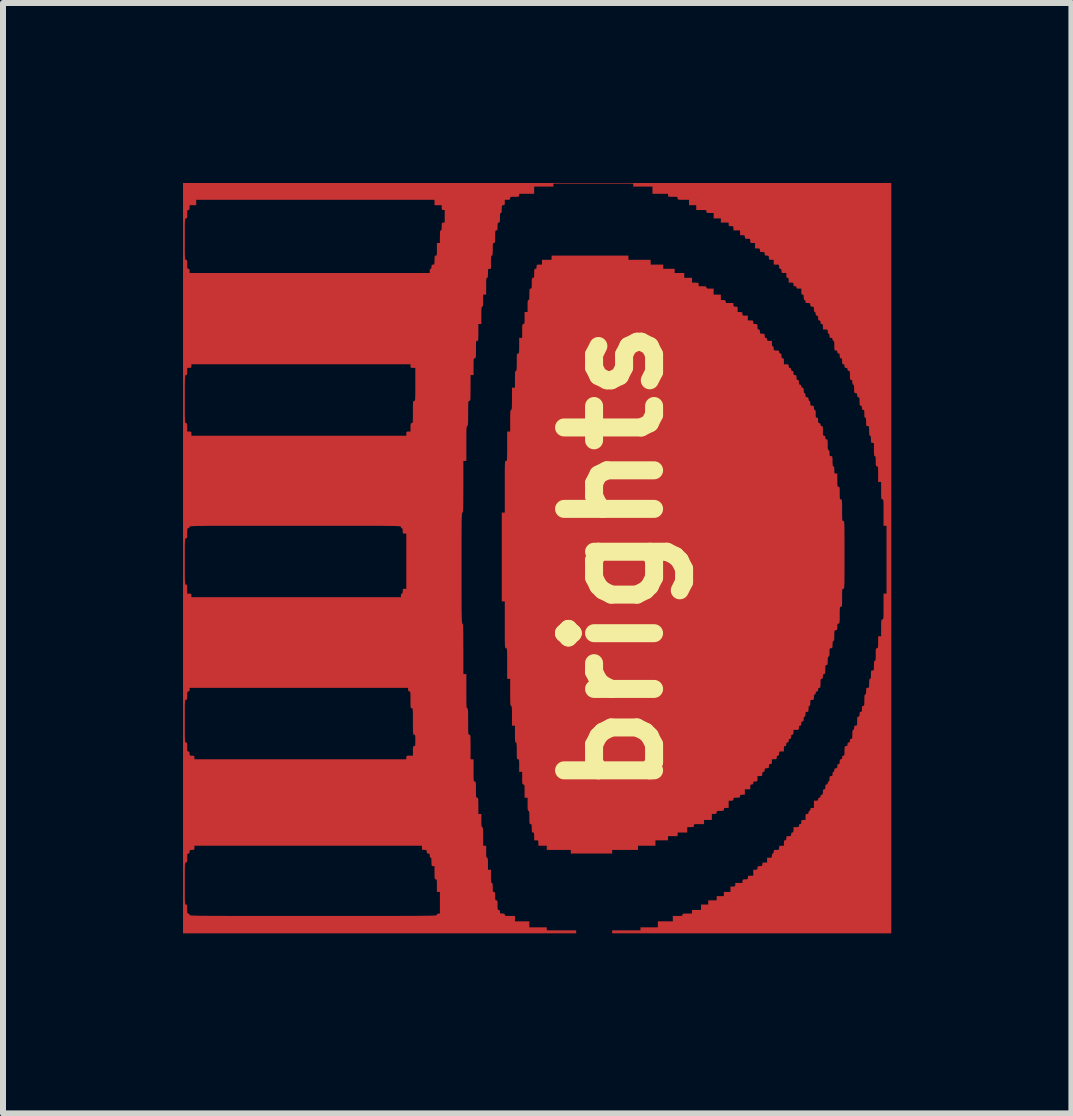
<source format=kicad_pcb>
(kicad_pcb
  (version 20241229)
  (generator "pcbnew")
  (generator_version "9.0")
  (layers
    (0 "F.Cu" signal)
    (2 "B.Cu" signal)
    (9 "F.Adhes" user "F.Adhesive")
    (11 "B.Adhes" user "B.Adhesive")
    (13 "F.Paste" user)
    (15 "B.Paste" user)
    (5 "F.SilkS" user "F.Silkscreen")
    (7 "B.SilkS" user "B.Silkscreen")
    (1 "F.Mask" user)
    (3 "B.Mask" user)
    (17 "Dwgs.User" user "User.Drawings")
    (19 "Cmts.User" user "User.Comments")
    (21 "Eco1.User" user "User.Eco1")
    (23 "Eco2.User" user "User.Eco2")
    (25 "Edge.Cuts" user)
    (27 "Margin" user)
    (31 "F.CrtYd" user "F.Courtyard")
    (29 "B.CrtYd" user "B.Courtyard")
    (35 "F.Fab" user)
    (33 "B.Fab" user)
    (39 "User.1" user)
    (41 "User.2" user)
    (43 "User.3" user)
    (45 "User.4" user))
  (footprint "brights"
    (layer "F.Cu")
    (at 5.902 6.252)
    (property "Reference" "brights" (at 1.27 0 90) (layer "F.SilkS") (effects (font (size 1.5 1.5) (thickness 0.3))))
    (attr board_only exclude_from_pos_files exclude_from_bom)
    (fp_poly (pts (xy 1.521 -5.007) (xy 1.521 -4.972) (xy 1.706 -4.972) (xy 1.891 -4.972) (xy 1.891 -4.932) (xy 1.891 -4.892) (xy 1.996 -4.892) (xy 2.101 -4.892) (xy 2.101 -4.857) (xy 2.101 -4.822) (xy 2.196 -4.822) (xy 2.291 -4.822) (xy 2.291 -4.787) (xy 2.291 -4.752) (xy 2.371 -4.752) (xy 2.451 -4.752) (xy 2.451 -4.712) (xy 2.451 -4.672) (xy 2.516 -4.672) (xy 2.581 -4.672) (xy 2.581 -4.632) (xy 2.581 -4.592) (xy 2.636 -4.592) (xy 2.667 -4.591) (xy 2.684 -4.588) (xy 2.69 -4.579) (xy 2.691 -4.562) (xy 2.691 -4.562) (xy 2.691 -4.532) (xy 2.756 -4.532) (xy 2.791 -4.531) (xy 2.811 -4.528) (xy 2.819 -4.522) (xy 2.821 -4.512) (xy 2.823 -4.501) (xy 2.833 -4.495) (xy 2.855 -4.492) (xy 2.881 -4.492) (xy 2.941 -4.492) (xy 2.941 -4.442) (xy 2.941 -4.392) (xy 3.001 -4.392) (xy 3.061 -4.392) (xy 3.061 -4.347) (xy 3.061 -4.302) (xy 3.101 -4.302) (xy 3.127 -4.3) (xy 3.138 -4.294) (xy 3.141 -4.279) (xy 3.141 -4.277) (xy 3.142 -4.263) (xy 3.149 -4.256) (xy 3.165 -4.252) (xy 3.196 -4.252) (xy 3.206 -4.252) (xy 3.271 -4.252) (xy 3.271 -4.222) (xy 3.273 -4.201) (xy 3.283 -4.193) (xy 3.306 -4.192) (xy 3.328 -4.191) (xy 3.338 -4.184) (xy 3.341 -4.167) (xy 3.341 -4.147) (xy 3.341 -4.102) (xy 3.381 -4.102) (xy 3.407 -4.1) (xy 3.418 -4.094) (xy 3.421 -4.078) (xy 3.421 -4.072) (xy 3.423 -4.053) (xy 3.43 -4.044) (xy 3.449 -4.042) (xy 3.466 -4.042) (xy 3.511 -4.042) (xy 3.511 -4.002) (xy 3.511 -3.962) (xy 3.556 -3.962) (xy 3.584 -3.961) (xy 3.597 -3.956) (xy 3.601 -3.943) (xy 3.601 -3.932) (xy 3.603 -3.911) (xy 3.613 -3.903) (xy 3.636 -3.902) (xy 3.658 -3.901) (xy 3.668 -3.894) (xy 3.671 -3.877) (xy 3.671 -3.857) (xy 3.673 -3.828) (xy 3.678 -3.815) (xy 3.69 -3.812) (xy 3.691 -3.812) (xy 3.705 -3.808) (xy 3.711 -3.792) (xy 3.711 -3.776) (xy 3.713 -3.754) (xy 3.72 -3.744) (xy 3.74 -3.742) (xy 3.751 -3.741) (xy 3.777 -3.74) (xy 3.788 -3.734) (xy 3.791 -3.717) (xy 3.791 -3.706) (xy 3.794 -3.682) (xy 3.802 -3.673) (xy 3.812 -3.671) (xy 3.827 -3.666) (xy 3.832 -3.646) (xy 3.834 -3.63) (xy 3.844 -3.623) (xy 3.868 -3.621) (xy 3.872 -3.621) (xy 3.912 -3.621) (xy 3.912 -3.576) (xy 3.914 -3.547) (xy 3.92 -3.533) (xy 3.927 -3.531) (xy 3.938 -3.524) (xy 3.942 -3.5) (xy 3.942 -3.496) (xy 3.943 -3.475) (xy 3.949 -3.465) (xy 3.967 -3.462) (xy 3.987 -3.461) (xy 4.014 -3.46) (xy 4.028 -3.455) (xy 4.031 -3.443) (xy 4.032 -3.436) (xy 4.036 -3.417) (xy 4.052 -3.411) (xy 4.065 -3.408) (xy 4.07 -3.394) (xy 4.072 -3.371) (xy 4.073 -3.345) (xy 4.08 -3.334) (xy 4.092 -3.331) (xy 4.104 -3.329) (xy 4.11 -3.317) (xy 4.112 -3.293) (xy 4.112 -3.281) (xy 4.112 -3.231) (xy 4.152 -3.231) (xy 4.177 -3.23) (xy 4.189 -3.224) (xy 4.192 -3.208) (xy 4.192 -3.201) (xy 4.195 -3.179) (xy 4.206 -3.172) (xy 4.212 -3.171) (xy 4.227 -3.165) (xy 4.232 -3.146) (xy 4.236 -3.127) (xy 4.252 -3.121) (xy 4.265 -3.117) (xy 4.271 -3.102) (xy 4.272 -3.086) (xy 4.274 -3.063) (xy 4.282 -3.053) (xy 4.297 -3.051) (xy 4.313 -3.049) (xy 4.32 -3.039) (xy 4.322 -3.015) (xy 4.322 -3.011) (xy 4.323 -2.985) (xy 4.33 -2.973) (xy 4.342 -2.971) (xy 4.355 -2.968) (xy 4.361 -2.954) (xy 4.362 -2.931) (xy 4.363 -2.905) (xy 4.37 -2.893) (xy 4.382 -2.891) (xy 4.397 -2.885) (xy 4.402 -2.866) (xy 4.406 -2.847) (xy 4.422 -2.841) (xy 4.434 -2.838) (xy 4.44 -2.826) (xy 4.442 -2.799) (xy 4.442 -2.796) (xy 4.444 -2.766) (xy 4.45 -2.753) (xy 4.457 -2.751) (xy 4.468 -2.743) (xy 4.472 -2.719) (xy 4.472 -2.716) (xy 4.474 -2.692) (xy 4.482 -2.683) (xy 4.497 -2.681) (xy 4.515 -2.678) (xy 4.521 -2.664) (xy 4.522 -2.651) (xy 4.526 -2.627) (xy 4.537 -2.621) (xy 4.547 -2.614) (xy 4.552 -2.593) (xy 4.552 -2.581) (xy 4.553 -2.555) (xy 4.559 -2.544) (xy 4.575 -2.541) (xy 4.582 -2.541) (xy 4.602 -2.539) (xy 4.61 -2.529) (xy 4.612 -2.506) (xy 4.615 -2.48) (xy 4.625 -2.471) (xy 4.627 -2.471) (xy 4.635 -2.467) (xy 4.64 -2.451) (xy 4.642 -2.421) (xy 4.642 -2.406) (xy 4.642 -2.371) (xy 4.645 -2.351) (xy 4.652 -2.343) (xy 4.662 -2.341) (xy 4.674 -2.338) (xy 4.68 -2.326) (xy 4.682 -2.299) (xy 4.682 -2.296) (xy 4.683 -2.268) (xy 4.689 -2.254) (xy 4.7 -2.251) (xy 4.702 -2.251) (xy 4.718 -2.245) (xy 4.722 -2.226) (xy 4.727 -2.206) (xy 4.742 -2.201) (xy 4.752 -2.199) (xy 4.758 -2.192) (xy 4.761 -2.174) (xy 4.762 -2.142) (xy 4.762 -2.121) (xy 4.762 -2.081) (xy 4.764 -2.057) (xy 4.769 -2.045) (xy 4.777 -2.041) (xy 4.782 -2.041) (xy 4.797 -2.036) (xy 4.802 -2.019) (xy 4.802 -2.011) (xy 4.805 -1.989) (xy 4.817 -1.981) (xy 4.822 -1.981) (xy 4.831 -1.979) (xy 4.837 -1.972) (xy 4.84 -1.956) (xy 4.842 -1.926) (xy 4.842 -1.891) (xy 4.842 -1.847) (xy 4.845 -1.819) (xy 4.849 -1.805) (xy 4.856 -1.801) (xy 4.857 -1.801) (xy 4.866 -1.795) (xy 4.871 -1.777) (xy 4.872 -1.751) (xy 4.873 -1.721) (xy 4.877 -1.706) (xy 4.887 -1.701) (xy 4.897 -1.701) (xy 4.909 -1.7) (xy 4.916 -1.695) (xy 4.92 -1.682) (xy 4.922 -1.656) (xy 4.922 -1.616) (xy 4.923 -1.573) (xy 4.925 -1.547) (xy 4.93 -1.534) (xy 4.937 -1.531) (xy 4.946 -1.526) (xy 4.95 -1.51) (xy 4.952 -1.478) (xy 4.952 -1.471) (xy 4.952 -1.437) (xy 4.955 -1.419) (xy 4.963 -1.412) (xy 4.976 -1.411) (xy 4.977 -1.411) (xy 5.002 -1.411) (xy 5.002 -1.301) (xy 5.002 -1.252) (xy 5.003 -1.221) (xy 5.006 -1.202) (xy 5.011 -1.193) (xy 5.018 -1.191) (xy 5.022 -1.19) (xy 5.031 -1.189) (xy 5.037 -1.183) (xy 5.04 -1.168) (xy 5.042 -1.141) (xy 5.042 -1.099) (xy 5.042 -1.085) (xy 5.042 -1.039) (xy 5.043 -1.008) (xy 5.046 -0.991) (xy 5.051 -0.983) (xy 5.059 -0.98) (xy 5.062 -0.98) (xy 5.069 -0.98) (xy 5.074 -0.975) (xy 5.078 -0.965) (xy 5.08 -0.945) (xy 5.081 -0.914) (xy 5.082 -0.868) (xy 5.082 -0.805) (xy 5.082 -0.8) (xy 5.082 -0.736) (xy 5.083 -0.69) (xy 5.084 -0.657) (xy 5.086 -0.637) (xy 5.089 -0.626) (xy 5.094 -0.621) (xy 5.101 -0.62) (xy 5.102 -0.62) (xy 5.106 -0.62) (xy 5.11 -0.618) (xy 5.113 -0.612) (xy 5.115 -0.602) (xy 5.117 -0.585) (xy 5.119 -0.561) (xy 5.12 -0.526) (xy 5.121 -0.481) (xy 5.121 -0.424) (xy 5.122 -0.352) (xy 5.122 -0.265) (xy 5.122 -0.16) (xy 5.122 -0.055) (xy 5.122 0.065) (xy 5.122 0.168) (xy 5.122 0.253) (xy 5.121 0.322) (xy 5.121 0.378) (xy 5.12 0.422) (xy 5.119 0.454) (xy 5.117 0.478) (xy 5.115 0.494) (xy 5.113 0.503) (xy 5.109 0.508) (xy 5.106 0.51) (xy 5.102 0.51) (xy 5.094 0.511) (xy 5.089 0.516) (xy 5.085 0.528) (xy 5.083 0.55) (xy 5.082 0.584) (xy 5.082 0.635) (xy 5.082 0.66) (xy 5.082 0.718) (xy 5.081 0.759) (xy 5.08 0.785) (xy 5.077 0.801) (xy 5.072 0.808) (xy 5.065 0.81) (xy 5.062 0.81) (xy 5.054 0.811) (xy 5.049 0.817) (xy 5.045 0.829) (xy 5.043 0.852) (xy 5.042 0.888) (xy 5.042 0.94) (xy 5.042 0.95) (xy 5.042 1.006) (xy 5.041 1.044) (xy 5.039 1.069) (xy 5.036 1.083) (xy 5.031 1.089) (xy 5.023 1.09) (xy 5.022 1.09) (xy 5.01 1.093) (xy 5.004 1.103) (xy 5.002 1.126) (xy 5.002 1.145) (xy 5.001 1.177) (xy 4.998 1.193) (xy 4.989 1.2) (xy 4.977 1.2) (xy 4.965 1.201) (xy 4.958 1.206) (xy 4.954 1.218) (xy 4.952 1.243) (xy 4.952 1.283) (xy 4.952 1.291) (xy 4.951 1.334) (xy 4.949 1.362) (xy 4.945 1.376) (xy 4.938 1.38) (xy 4.937 1.381) (xy 4.928 1.385) (xy 4.924 1.401) (xy 4.922 1.433) (xy 4.922 1.441) (xy 4.921 1.474) (xy 4.919 1.492) (xy 4.911 1.499) (xy 4.898 1.501) (xy 4.897 1.501) (xy 4.884 1.502) (xy 4.876 1.508) (xy 4.873 1.523) (xy 4.872 1.552) (xy 4.872 1.571) (xy 4.871 1.609) (xy 4.868 1.63) (xy 4.862 1.64) (xy 4.857 1.641) (xy 4.849 1.645) (xy 4.844 1.66) (xy 4.842 1.689) (xy 4.842 1.711) (xy 4.841 1.747) (xy 4.839 1.769) (xy 4.833 1.778) (xy 4.823 1.781) (xy 4.822 1.781) (xy 4.812 1.782) (xy 4.806 1.791) (xy 4.803 1.809) (xy 4.802 1.842) (xy 4.802 1.856) (xy 4.801 1.894) (xy 4.799 1.917) (xy 4.794 1.927) (xy 4.785 1.931) (xy 4.782 1.931) (xy 4.769 1.934) (xy 4.763 1.948) (xy 4.762 1.971) (xy 4.76 1.997) (xy 4.753 2.009) (xy 4.742 2.011) (xy 4.732 2.013) (xy 4.726 2.021) (xy 4.723 2.039) (xy 4.722 2.072) (xy 4.722 2.086) (xy 4.721 2.124) (xy 4.719 2.147) (xy 4.714 2.157) (xy 4.705 2.161) (xy 4.702 2.161) (xy 4.687 2.166) (xy 4.682 2.183) (xy 4.682 2.191) (xy 4.679 2.213) (xy 4.667 2.221) (xy 4.662 2.221) (xy 4.646 2.227) (xy 4.642 2.246) (xy 4.637 2.266) (xy 4.627 2.271) (xy 4.617 2.277) (xy 4.612 2.297) (xy 4.612 2.316) (xy 4.611 2.344) (xy 4.606 2.357) (xy 4.593 2.361) (xy 4.582 2.361) (xy 4.564 2.362) (xy 4.555 2.369) (xy 4.552 2.386) (xy 4.552 2.411) (xy 4.55 2.442) (xy 4.545 2.458) (xy 4.537 2.461) (xy 4.527 2.466) (xy 4.523 2.485) (xy 4.522 2.511) (xy 4.521 2.541) (xy 4.517 2.555) (xy 4.507 2.561) (xy 4.497 2.561) (xy 4.481 2.563) (xy 4.473 2.573) (xy 4.472 2.598) (xy 4.472 2.601) (xy 4.469 2.629) (xy 4.461 2.64) (xy 4.457 2.641) (xy 4.446 2.648) (xy 4.442 2.67) (xy 4.442 2.681) (xy 4.44 2.707) (xy 4.433 2.719) (xy 4.422 2.721) (xy 4.408 2.725) (xy 4.402 2.74) (xy 4.402 2.756) (xy 4.399 2.78) (xy 4.391 2.79) (xy 4.382 2.791) (xy 4.368 2.795) (xy 4.362 2.81) (xy 4.362 2.826) (xy 4.361 2.848) (xy 4.354 2.858) (xy 4.337 2.861) (xy 4.317 2.861) (xy 4.272 2.861) (xy 4.272 2.901) (xy 4.27 2.927) (xy 4.263 2.939) (xy 4.252 2.941) (xy 4.238 2.945) (xy 4.232 2.96) (xy 4.232 2.976) (xy 4.229 3) (xy 4.221 3.01) (xy 4.212 3.011) (xy 4.197 3.016) (xy 4.192 3.033) (xy 4.192 3.041) (xy 4.189 3.063) (xy 4.177 3.071) (xy 4.172 3.071) (xy 4.157 3.076) (xy 4.152 3.093) (xy 4.152 3.101) (xy 4.148 3.123) (xy 4.137 3.131) (xy 4.132 3.131) (xy 4.119 3.134) (xy 4.113 3.146) (xy 4.112 3.173) (xy 4.112 3.176) (xy 4.112 3.221) (xy 4.072 3.221) (xy 4.046 3.222) (xy 4.035 3.229) (xy 4.032 3.246) (xy 4.032 3.256) (xy 4.029 3.28) (xy 4.021 3.29) (xy 4.012 3.291) (xy 3.997 3.296) (xy 3.992 3.314) (xy 3.992 3.321) (xy 3.99 3.341) (xy 3.981 3.349) (xy 3.96 3.351) (xy 3.952 3.351) (xy 3.912 3.351) (xy 3.912 3.391) (xy 3.91 3.417) (xy 3.904 3.429) (xy 3.889 3.431) (xy 3.887 3.431) (xy 3.87 3.434) (xy 3.863 3.446) (xy 3.862 3.466) (xy 3.86 3.49) (xy 3.851 3.499) (xy 3.829 3.501) (xy 3.827 3.501) (xy 3.803 3.503) (xy 3.793 3.512) (xy 3.791 3.531) (xy 3.788 3.553) (xy 3.777 3.561) (xy 3.771 3.561) (xy 3.758 3.565) (xy 3.752 3.581) (xy 3.751 3.596) (xy 3.75 3.619) (xy 3.743 3.629) (xy 3.723 3.631) (xy 3.711 3.631) (xy 3.671 3.631) (xy 3.671 3.676) (xy 3.671 3.704) (xy 3.666 3.717) (xy 3.652 3.721) (xy 3.636 3.721) (xy 3.613 3.723) (xy 3.603 3.732) (xy 3.601 3.746) (xy 3.597 3.766) (xy 3.581 3.771) (xy 3.576 3.771) (xy 3.56 3.774) (xy 3.553 3.784) (xy 3.551 3.808) (xy 3.551 3.812) (xy 3.551 3.852) (xy 3.506 3.852) (xy 3.461 3.852) (xy 3.461 3.897) (xy 3.461 3.942) (xy 3.421 3.942) (xy 3.396 3.943) (xy 3.384 3.949) (xy 3.381 3.964) (xy 3.381 3.967) (xy 3.38 3.981) (xy 3.372 3.988) (xy 3.354 3.991) (xy 3.326 3.992) (xy 3.295 3.992) (xy 3.278 3.996) (xy 3.272 4.004) (xy 3.271 4.017) (xy 3.269 4.033) (xy 3.259 4.04) (xy 3.235 4.042) (xy 3.231 4.042) (xy 3.191 4.042) (xy 3.191 4.102) (xy 3.191 4.162) (xy 3.151 4.162) (xy 3.125 4.163) (xy 3.114 4.169) (xy 3.111 4.184) (xy 3.111 4.187) (xy 3.11 4.201) (xy 3.103 4.208) (xy 3.086 4.211) (xy 3.053 4.212) (xy 3.051 4.212) (xy 3.018 4.212) (xy 3 4.215) (xy 2.993 4.222) (xy 2.991 4.236) (xy 2.991 4.237) (xy 2.989 4.253) (xy 2.979 4.26) (xy 2.955 4.262) (xy 2.951 4.262) (xy 2.911 4.262) (xy 2.911 4.312) (xy 2.911 4.362) (xy 2.846 4.362) (xy 2.781 4.362) (xy 2.781 4.397) (xy 2.781 4.432) (xy 2.696 4.432) (xy 2.655 4.432) (xy 2.63 4.433) (xy 2.617 4.437) (xy 2.612 4.445) (xy 2.611 4.457) (xy 2.61 4.471) (xy 2.602 4.479) (xy 2.583 4.481) (xy 2.556 4.482) (xy 2.501 4.482) (xy 2.501 4.527) (xy 2.501 4.572) (xy 2.421 4.572) (xy 2.341 4.572) (xy 2.341 4.602) (xy 2.341 4.632) (xy 2.261 4.632) (xy 2.181 4.632) (xy 2.181 4.667) (xy 2.181 4.702) (xy 2.076 4.702) (xy 1.971 4.702) (xy 1.971 4.747) (xy 1.971 4.792) (xy 1.826 4.792) (xy 1.681 4.792) (xy 1.681 4.827) (xy 1.681 4.862) (xy 1.466 4.862) (xy 1.25 4.862) (xy 1.25 4.892) (xy 1.25 4.922) (xy 0.905 4.922) (xy 0.56 4.922) (xy 0.56 4.892) (xy 0.56 4.862) (xy 0.36 4.862) (xy 0.16 4.862) (xy 0.16 4.827) (xy 0.16 4.792) (xy 0.09 4.792) (xy 0.02 4.792) (xy 0.02 4.747) (xy 0.019 4.719) (xy 0.014 4.706) (xy 0.001 4.702) (xy -0.015 4.702) (xy -0.05 4.702) (xy -0.05 4.637) (xy -0.051 4.602) (xy -0.053 4.582) (xy -0.06 4.574) (xy -0.07 4.572) (xy -0.081 4.57) (xy -0.087 4.561) (xy -0.089 4.542) (xy -0.09 4.507) (xy -0.09 4.502) (xy -0.091 4.465) (xy -0.093 4.444) (xy -0.099 4.434) (xy -0.108 4.432) (xy -0.11 4.432) (xy -0.119 4.43) (xy -0.125 4.424) (xy -0.128 4.41) (xy -0.13 4.384) (xy -0.13 4.342) (xy -0.13 4.322) (xy -0.13 4.272) (xy -0.132 4.24) (xy -0.135 4.221) (xy -0.14 4.213) (xy -0.145 4.212) (xy -0.152 4.209) (xy -0.156 4.197) (xy -0.159 4.174) (xy -0.16 4.136) (xy -0.16 4.102) (xy -0.16 3.992) (xy -0.185 3.992) (xy -0.21 3.992) (xy -0.21 3.882) (xy -0.21 3.833) (xy -0.211 3.802) (xy -0.214 3.783) (xy -0.219 3.774) (xy -0.226 3.772) (xy -0.23 3.771) (xy -0.239 3.77) (xy -0.245 3.764) (xy -0.248 3.749) (xy -0.25 3.722) (xy -0.25 3.68) (xy -0.25 3.666) (xy -0.25 3.561) (xy -0.275 3.561) (xy -0.3 3.561) (xy -0.3 3.456) (xy -0.3 3.41) (xy -0.302 3.379) (xy -0.304 3.362) (xy -0.31 3.354) (xy -0.318 3.351) (xy -0.32 3.351) (xy -0.328 3.35) (xy -0.334 3.345) (xy -0.337 3.333) (xy -0.339 3.31) (xy -0.34 3.274) (xy -0.34 3.222) (xy -0.34 3.211) (xy -0.34 3.155) (xy -0.342 3.115) (xy -0.344 3.09) (xy -0.347 3.077) (xy -0.353 3.072) (xy -0.355 3.071) (xy -0.361 3.068) (xy -0.365 3.058) (xy -0.368 3.037) (xy -0.37 3.003) (xy -0.37 2.953) (xy -0.37 2.931) (xy -0.37 2.791) (xy -0.395 2.791) (xy -0.42 2.791) (xy -0.42 2.626) (xy -0.42 2.564) (xy -0.421 2.519) (xy -0.423 2.489) (xy -0.426 2.472) (xy -0.43 2.463) (xy -0.435 2.461) (xy -0.44 2.459) (xy -0.444 2.45) (xy -0.447 2.433) (xy -0.448 2.405) (xy -0.449 2.364) (xy -0.45 2.307) (xy -0.45 2.236) (xy -0.45 2.011) (xy -0.475 2.011) (xy -0.5 2.011) (xy -0.5 1.756) (xy -0.5 1.678) (xy -0.501 1.618) (xy -0.501 1.573) (xy -0.502 1.541) (xy -0.504 1.521) (xy -0.507 1.508) (xy -0.512 1.503) (xy -0.517 1.501) (xy -0.52 1.501) (xy -0.525 1.5) (xy -0.529 1.497) (xy -0.533 1.491) (xy -0.535 1.478) (xy -0.537 1.458) (xy -0.538 1.428) (xy -0.539 1.386) (xy -0.54 1.331) (xy -0.54 1.262) (xy -0.54 1.175) (xy -0.54 1.11) (xy -0.54 0.72) (xy -0.565 0.72) (xy -0.59 0.72) (xy -0.59 -0.02) (xy -0.59 -0.76) (xy -0.565 -0.76) (xy -0.54 -0.76) (xy -0.54 -1.19) (xy -0.54 -1.294) (xy -0.54 -1.38) (xy -0.54 -1.449) (xy -0.539 -1.504) (xy -0.538 -1.545) (xy -0.537 -1.576) (xy -0.535 -1.596) (xy -0.533 -1.61) (xy -0.53 -1.617) (xy -0.526 -1.62) (xy -0.521 -1.621) (xy -0.52 -1.621) (xy -0.514 -1.621) (xy -0.509 -1.625) (xy -0.506 -1.634) (xy -0.503 -1.65) (xy -0.502 -1.676) (xy -0.501 -1.715) (xy -0.5 -1.768) (xy -0.5 -1.838) (xy -0.5 -1.866) (xy -0.5 -2.111) (xy -0.475 -2.111) (xy -0.45 -2.111) (xy -0.45 -2.291) (xy -0.45 -2.356) (xy -0.449 -2.404) (xy -0.448 -2.436) (xy -0.445 -2.457) (xy -0.441 -2.467) (xy -0.436 -2.471) (xy -0.435 -2.471) (xy -0.43 -2.473) (xy -0.426 -2.483) (xy -0.423 -2.501) (xy -0.421 -2.531) (xy -0.421 -2.576) (xy -0.42 -2.637) (xy -0.42 -2.656) (xy -0.42 -2.841) (xy -0.395 -2.841) (xy -0.37 -2.841) (xy -0.37 -2.981) (xy -0.37 -3.038) (xy -0.369 -3.077) (xy -0.367 -3.102) (xy -0.363 -3.116) (xy -0.358 -3.121) (xy -0.355 -3.121) (xy -0.349 -3.124) (xy -0.345 -3.134) (xy -0.342 -3.155) (xy -0.341 -3.188) (xy -0.34 -3.237) (xy -0.34 -3.266) (xy -0.34 -3.323) (xy -0.339 -3.362) (xy -0.338 -3.388) (xy -0.335 -3.403) (xy -0.33 -3.409) (xy -0.323 -3.411) (xy -0.32 -3.411) (xy -0.312 -3.412) (xy -0.306 -3.418) (xy -0.303 -3.431) (xy -0.301 -3.454) (xy -0.3 -3.492) (xy -0.3 -3.541) (xy -0.3 -3.671) (xy -0.275 -3.671) (xy -0.25 -3.671) (xy -0.25 -3.786) (xy -0.25 -3.836) (xy -0.249 -3.869) (xy -0.246 -3.888) (xy -0.242 -3.898) (xy -0.235 -3.901) (xy -0.23 -3.902) (xy -0.221 -3.903) (xy -0.215 -3.909) (xy -0.212 -3.925) (xy -0.21 -3.952) (xy -0.21 -3.996) (xy -0.21 -4.002) (xy -0.21 -4.102) (xy -0.185 -4.102) (xy -0.16 -4.102) (xy -0.16 -4.202) (xy -0.16 -4.248) (xy -0.158 -4.278) (xy -0.154 -4.295) (xy -0.148 -4.301) (xy -0.145 -4.302) (xy -0.138 -4.305) (xy -0.133 -4.318) (xy -0.131 -4.342) (xy -0.13 -4.383) (xy -0.13 -4.397) (xy -0.13 -4.441) (xy -0.128 -4.469) (xy -0.125 -4.484) (xy -0.119 -4.491) (xy -0.11 -4.492) (xy -0.101 -4.493) (xy -0.095 -4.5) (xy -0.091 -4.517) (xy -0.09 -4.546) (xy -0.09 -4.582) (xy -0.09 -4.625) (xy -0.088 -4.651) (xy -0.084 -4.665) (xy -0.078 -4.671) (xy -0.07 -4.672) (xy -0.06 -4.674) (xy -0.054 -4.682) (xy -0.051 -4.7) (xy -0.05 -4.733) (xy -0.05 -4.747) (xy -0.05 -4.785) (xy -0.047 -4.808) (xy -0.042 -4.819) (xy -0.034 -4.822) (xy -0.03 -4.822) (xy -0.016 -4.826) (xy -0.011 -4.841) (xy -0.01 -4.857) (xy -0.009 -4.878) (xy -0.003 -4.889) (xy 0.015 -4.892) (xy 0.035 -4.892) (xy 0.08 -4.892) (xy 0.08 -4.932) (xy 0.08 -4.972) (xy 0.16 -4.972) (xy 0.24 -4.972) (xy 0.24 -5.007) (xy 0.24 -5.042) (xy 0.88 -5.042) (xy 1.521 -5.042)) (stroke (width 0) (type solid)) (fill yes) (layer "F.Cu"))
    (fp_poly (pts (xy 5.902 0) (xy 5.902 6.252) (xy 3.576 6.252) (xy 1.25 6.252) (xy 1.25 6.227) (xy 1.25 6.202) (xy 1.486 6.202) (xy 1.721 6.202) (xy 1.721 6.177) (xy 1.721 6.152) (xy 1.866 6.152) (xy 2.011 6.152) (xy 2.011 6.102) (xy 2.011 6.052) (xy 2.136 6.052) (xy 2.261 6.052) (xy 2.261 6.007) (xy 2.261 5.962) (xy 2.341 5.962) (xy 2.381 5.962) (xy 2.405 5.96) (xy 2.417 5.956) (xy 2.421 5.948) (xy 2.421 5.942) (xy 2.423 5.932) (xy 2.43 5.926) (xy 2.448 5.923) (xy 2.48 5.922) (xy 2.501 5.922) (xy 2.581 5.922) (xy 2.581 5.892) (xy 2.581 5.862) (xy 2.656 5.862) (xy 2.731 5.862) (xy 2.731 5.817) (xy 2.731 5.772) (xy 2.791 5.772) (xy 2.851 5.772) (xy 2.851 5.737) (xy 2.851 5.702) (xy 2.921 5.702) (xy 2.991 5.702) (xy 2.991 5.667) (xy 2.991 5.632) (xy 3.051 5.632) (xy 3.111 5.632) (xy 3.111 5.597) (xy 3.111 5.562) (xy 3.166 5.562) (xy 3.221 5.562) (xy 3.221 5.517) (xy 3.221 5.472) (xy 3.261 5.472) (xy 3.287 5.471) (xy 3.298 5.465) (xy 3.301 5.449) (xy 3.301 5.442) (xy 3.301 5.412) (xy 3.361 5.412) (xy 3.421 5.412) (xy 3.421 5.382) (xy 3.423 5.364) (xy 3.43 5.355) (xy 3.449 5.352) (xy 3.466 5.352) (xy 3.494 5.351) (xy 3.507 5.346) (xy 3.511 5.333) (xy 3.511 5.322) (xy 3.513 5.304) (xy 3.52 5.295) (xy 3.539 5.292) (xy 3.556 5.292) (xy 3.601 5.292) (xy 3.601 5.242) (xy 3.601 5.192) (xy 3.636 5.192) (xy 3.66 5.19) (xy 3.67 5.182) (xy 3.671 5.162) (xy 3.673 5.143) (xy 3.682 5.134) (xy 3.703 5.132) (xy 3.711 5.132) (xy 3.737 5.131) (xy 3.749 5.124) (xy 3.751 5.108) (xy 3.751 5.102) (xy 3.753 5.083) (xy 3.762 5.074) (xy 3.783 5.072) (xy 3.791 5.072) (xy 3.832 5.072) (xy 3.832 5.032) (xy 3.832 4.992) (xy 3.872 4.992) (xy 3.897 4.991) (xy 3.909 4.984) (xy 3.911 4.967) (xy 3.912 4.957) (xy 3.915 4.931) (xy 3.925 4.922) (xy 3.927 4.922) (xy 3.938 4.913) (xy 3.942 4.892) (xy 3.943 4.873) (xy 3.95 4.865) (xy 3.97 4.862) (xy 3.987 4.862) (xy 4.014 4.861) (xy 4.027 4.856) (xy 4.031 4.842) (xy 4.032 4.827) (xy 4.033 4.804) (xy 4.04 4.795) (xy 4.06 4.792) (xy 4.072 4.792) (xy 4.112 4.792) (xy 4.112 4.747) (xy 4.113 4.719) (xy 4.118 4.705) (xy 4.13 4.702) (xy 4.132 4.702) (xy 4.145 4.698) (xy 4.151 4.683) (xy 4.152 4.667) (xy 4.153 4.644) (xy 4.16 4.634) (xy 4.18 4.632) (xy 4.192 4.632) (xy 4.217 4.631) (xy 4.229 4.624) (xy 4.232 4.608) (xy 4.232 4.602) (xy 4.235 4.58) (xy 4.247 4.572) (xy 4.252 4.572) (xy 4.264 4.569) (xy 4.27 4.557) (xy 4.272 4.53) (xy 4.272 4.527) (xy 4.272 4.482) (xy 4.317 4.482) (xy 4.344 4.481) (xy 4.358 4.476) (xy 4.362 4.463) (xy 4.362 4.457) (xy 4.366 4.437) (xy 4.382 4.432) (xy 4.396 4.428) (xy 4.401 4.413) (xy 4.402 4.397) (xy 4.403 4.373) (xy 4.412 4.364) (xy 4.434 4.362) (xy 4.437 4.362) (xy 4.472 4.362) (xy 4.472 4.312) (xy 4.473 4.282) (xy 4.477 4.267) (xy 4.487 4.262) (xy 4.497 4.262) (xy 4.516 4.258) (xy 4.522 4.241) (xy 4.522 4.237) (xy 4.527 4.217) (xy 4.537 4.212) (xy 4.549 4.203) (xy 4.552 4.187) (xy 4.555 4.169) (xy 4.569 4.162) (xy 4.582 4.162) (xy 4.612 4.162) (xy 4.612 4.102) (xy 4.612 4.042) (xy 4.647 4.042) (xy 4.671 4.04) (xy 4.68 4.031) (xy 4.682 4.017) (xy 4.687 3.997) (xy 4.702 3.992) (xy 4.718 3.986) (xy 4.722 3.967) (xy 4.727 3.947) (xy 4.742 3.942) (xy 4.754 3.939) (xy 4.76 3.926) (xy 4.762 3.9) (xy 4.762 3.897) (xy 4.763 3.868) (xy 4.769 3.855) (xy 4.78 3.852) (xy 4.782 3.852) (xy 4.795 3.848) (xy 4.801 3.835) (xy 4.802 3.812) (xy 4.804 3.785) (xy 4.81 3.774) (xy 4.822 3.771) (xy 4.838 3.766) (xy 4.842 3.746) (xy 4.847 3.726) (xy 4.857 3.721) (xy 4.867 3.716) (xy 4.871 3.696) (xy 4.872 3.676) (xy 4.873 3.649) (xy 4.878 3.636) (xy 4.89 3.632) (xy 4.897 3.631) (xy 4.914 3.629) (xy 4.921 3.617) (xy 4.922 3.596) (xy 4.925 3.571) (xy 4.936 3.561) (xy 4.937 3.561) (xy 4.949 3.552) (xy 4.952 3.531) (xy 4.955 3.51) (xy 4.966 3.502) (xy 4.977 3.501) (xy 4.994 3.499) (xy 5.001 3.487) (xy 5.002 3.466) (xy 5.004 3.442) (xy 5.013 3.432) (xy 5.022 3.431) (xy 5.035 3.428) (xy 5.041 3.414) (xy 5.042 3.391) (xy 5.044 3.365) (xy 5.05 3.354) (xy 5.062 3.351) (xy 5.077 3.347) (xy 5.082 3.329) (xy 5.082 3.321) (xy 5.085 3.299) (xy 5.097 3.292) (xy 5.102 3.291) (xy 5.112 3.29) (xy 5.118 3.282) (xy 5.121 3.264) (xy 5.122 3.232) (xy 5.122 3.211) (xy 5.122 3.172) (xy 5.124 3.148) (xy 5.128 3.136) (xy 5.136 3.132) (xy 5.147 3.131) (xy 5.165 3.128) (xy 5.171 3.114) (xy 5.172 3.101) (xy 5.175 3.079) (xy 5.187 3.072) (xy 5.192 3.071) (xy 5.207 3.066) (xy 5.212 3.049) (xy 5.212 3.041) (xy 5.215 3.019) (xy 5.227 3.011) (xy 5.232 3.011) (xy 5.242 3.009) (xy 5.248 3.001) (xy 5.251 2.983) (xy 5.252 2.95) (xy 5.252 2.936) (xy 5.253 2.897) (xy 5.256 2.873) (xy 5.261 2.863) (xy 5.267 2.861) (xy 5.278 2.854) (xy 5.282 2.829) (xy 5.282 2.826) (xy 5.284 2.802) (xy 5.292 2.793) (xy 5.307 2.791) (xy 5.32 2.79) (xy 5.327 2.785) (xy 5.331 2.77) (xy 5.332 2.742) (xy 5.332 2.716) (xy 5.333 2.678) (xy 5.335 2.655) (xy 5.34 2.644) (xy 5.349 2.641) (xy 5.352 2.641) (xy 5.365 2.638) (xy 5.371 2.624) (xy 5.372 2.601) (xy 5.374 2.575) (xy 5.381 2.563) (xy 5.392 2.561) (xy 5.404 2.558) (xy 5.41 2.547) (xy 5.412 2.523) (xy 5.412 2.511) (xy 5.413 2.481) (xy 5.418 2.466) (xy 5.428 2.461) (xy 5.432 2.461) (xy 5.441 2.46) (xy 5.447 2.453) (xy 5.451 2.437) (xy 5.452 2.408) (xy 5.452 2.366) (xy 5.453 2.321) (xy 5.455 2.292) (xy 5.459 2.277) (xy 5.465 2.271) (xy 5.467 2.271) (xy 5.476 2.266) (xy 5.481 2.249) (xy 5.482 2.216) (xy 5.483 2.184) (xy 5.486 2.168) (xy 5.495 2.162) (xy 5.507 2.161) (xy 5.52 2.16) (xy 5.527 2.154) (xy 5.531 2.14) (xy 5.532 2.112) (xy 5.532 2.086) (xy 5.533 2.046) (xy 5.536 2.023) (xy 5.541 2.013) (xy 5.547 2.011) (xy 5.555 2.007) (xy 5.56 1.992) (xy 5.562 1.963) (xy 5.562 1.941) (xy 5.563 1.904) (xy 5.565 1.883) (xy 5.57 1.874) (xy 5.581 1.871) (xy 5.587 1.871) (xy 5.6 1.87) (xy 5.607 1.865) (xy 5.611 1.851) (xy 5.612 1.824) (xy 5.612 1.791) (xy 5.613 1.75) (xy 5.615 1.725) (xy 5.621 1.713) (xy 5.627 1.711) (xy 5.634 1.707) (xy 5.639 1.696) (xy 5.641 1.672) (xy 5.642 1.633) (xy 5.642 1.606) (xy 5.642 1.559) (xy 5.644 1.528) (xy 5.647 1.511) (xy 5.652 1.503) (xy 5.66 1.501) (xy 5.662 1.501) (xy 5.671 1.499) (xy 5.677 1.493) (xy 5.68 1.477) (xy 5.682 1.45) (xy 5.682 1.406) (xy 5.682 1.401) (xy 5.682 1.301) (xy 5.707 1.301) (xy 5.732 1.301) (xy 5.732 1.16) (xy 5.732 1.105) (xy 5.733 1.067) (xy 5.735 1.042) (xy 5.738 1.028) (xy 5.743 1.022) (xy 5.751 1.02) (xy 5.752 1.02) (xy 5.759 1.02) (xy 5.764 1.016) (xy 5.767 1.006) (xy 5.77 0.989) (xy 5.771 0.96) (xy 5.772 0.919) (xy 5.772 0.862) (xy 5.772 0.805) (xy 5.772 0.59) (xy 5.797 0.59) (xy 5.822 0.59) (xy 5.822 0.025) (xy 5.822 -0.54) (xy 5.797 -0.54) (xy 5.772 -0.54) (xy 5.772 -0.76) (xy 5.772 -0.832) (xy 5.772 -0.886) (xy 5.771 -0.925) (xy 5.769 -0.952) (xy 5.767 -0.968) (xy 5.763 -0.977) (xy 5.758 -0.98) (xy 5.752 -0.98) (xy 5.744 -0.981) (xy 5.739 -0.986) (xy 5.735 -0.999) (xy 5.733 -1.021) (xy 5.733 -1.056) (xy 5.732 -1.107) (xy 5.732 -1.125) (xy 5.732 -1.27) (xy 5.707 -1.27) (xy 5.682 -1.27) (xy 5.682 -1.401) (xy 5.682 -1.454) (xy 5.681 -1.49) (xy 5.679 -1.513) (xy 5.676 -1.525) (xy 5.67 -1.53) (xy 5.662 -1.531) (xy 5.653 -1.532) (xy 5.647 -1.54) (xy 5.643 -1.557) (xy 5.642 -1.587) (xy 5.642 -1.616) (xy 5.642 -1.658) (xy 5.639 -1.684) (xy 5.635 -1.697) (xy 5.627 -1.701) (xy 5.62 -1.704) (xy 5.616 -1.715) (xy 5.614 -1.738) (xy 5.612 -1.776) (xy 5.612 -1.811) (xy 5.612 -1.921) (xy 5.587 -1.921) (xy 5.573 -1.922) (xy 5.566 -1.929) (xy 5.563 -1.946) (xy 5.562 -1.979) (xy 5.562 -1.981) (xy 5.561 -2.016) (xy 5.557 -2.034) (xy 5.549 -2.041) (xy 5.547 -2.041) (xy 5.539 -2.045) (xy 5.535 -2.058) (xy 5.533 -2.085) (xy 5.532 -2.121) (xy 5.532 -2.161) (xy 5.53 -2.184) (xy 5.526 -2.196) (xy 5.518 -2.2) (xy 5.507 -2.201) (xy 5.494 -2.202) (xy 5.487 -2.208) (xy 5.483 -2.223) (xy 5.482 -2.252) (xy 5.482 -2.271) (xy 5.481 -2.309) (xy 5.478 -2.331) (xy 5.472 -2.34) (xy 5.467 -2.341) (xy 5.459 -2.345) (xy 5.454 -2.361) (xy 5.452 -2.391) (xy 5.452 -2.406) (xy 5.452 -2.441) (xy 5.449 -2.461) (xy 5.442 -2.469) (xy 5.432 -2.471) (xy 5.418 -2.475) (xy 5.413 -2.49) (xy 5.412 -2.506) (xy 5.41 -2.53) (xy 5.401 -2.54) (xy 5.392 -2.541) (xy 5.382 -2.543) (xy 5.376 -2.551) (xy 5.373 -2.571) (xy 5.372 -2.605) (xy 5.372 -2.611) (xy 5.372 -2.648) (xy 5.369 -2.669) (xy 5.364 -2.679) (xy 5.354 -2.681) (xy 5.352 -2.681) (xy 5.338 -2.685) (xy 5.333 -2.7) (xy 5.332 -2.716) (xy 5.33 -2.74) (xy 5.322 -2.749) (xy 5.307 -2.751) (xy 5.294 -2.752) (xy 5.287 -2.758) (xy 5.283 -2.773) (xy 5.282 -2.802) (xy 5.282 -2.821) (xy 5.281 -2.859) (xy 5.278 -2.881) (xy 5.272 -2.89) (xy 5.267 -2.891) (xy 5.257 -2.898) (xy 5.252 -2.92) (xy 5.252 -2.931) (xy 5.25 -2.957) (xy 5.244 -2.969) (xy 5.232 -2.971) (xy 5.222 -2.973) (xy 5.216 -2.981) (xy 5.213 -3) (xy 5.212 -3.033) (xy 5.212 -3.046) (xy 5.212 -3.085) (xy 5.209 -3.107) (xy 5.204 -3.118) (xy 5.196 -3.121) (xy 5.192 -3.121) (xy 5.176 -3.127) (xy 5.172 -3.146) (xy 5.168 -3.165) (xy 5.152 -3.171) (xy 5.147 -3.171) (xy 5.129 -3.174) (xy 5.123 -3.188) (xy 5.122 -3.201) (xy 5.119 -3.223) (xy 5.107 -3.231) (xy 5.102 -3.231) (xy 5.09 -3.234) (xy 5.084 -3.245) (xy 5.082 -3.27) (xy 5.082 -3.281) (xy 5.081 -3.311) (xy 5.076 -3.326) (xy 5.067 -3.331) (xy 5.062 -3.331) (xy 5.049 -3.335) (xy 5.043 -3.348) (xy 5.042 -3.371) (xy 5.04 -3.398) (xy 5.034 -3.409) (xy 5.022 -3.411) (xy 5.006 -3.417) (xy 5.002 -3.436) (xy 4.998 -3.455) (xy 4.982 -3.461) (xy 4.977 -3.461) (xy 4.965 -3.462) (xy 4.957 -3.467) (xy 4.953 -3.481) (xy 4.952 -3.508) (xy 4.952 -3.541) (xy 4.951 -3.582) (xy 4.949 -3.607) (xy 4.944 -3.619) (xy 4.937 -3.621) (xy 4.925 -3.63) (xy 4.922 -3.646) (xy 4.918 -3.665) (xy 4.902 -3.671) (xy 4.897 -3.671) (xy 4.88 -3.674) (xy 4.873 -3.686) (xy 4.872 -3.706) (xy 4.869 -3.732) (xy 4.858 -3.741) (xy 4.857 -3.741) (xy 4.846 -3.749) (xy 4.842 -3.773) (xy 4.842 -3.776) (xy 4.841 -3.799) (xy 4.833 -3.809) (xy 4.814 -3.811) (xy 4.802 -3.812) (xy 4.762 -3.812) (xy 4.762 -3.857) (xy 4.761 -3.885) (xy 4.755 -3.898) (xy 4.743 -3.902) (xy 4.742 -3.902) (xy 4.727 -3.906) (xy 4.722 -3.924) (xy 4.722 -3.932) (xy 4.719 -3.954) (xy 4.707 -3.961) (xy 4.702 -3.962) (xy 4.689 -3.965) (xy 4.683 -3.978) (xy 4.682 -4.002) (xy 4.68 -4.028) (xy 4.673 -4.039) (xy 4.662 -4.042) (xy 4.647 -4.046) (xy 4.642 -4.064) (xy 4.642 -4.072) (xy 4.637 -4.095) (xy 4.627 -4.102) (xy 4.617 -4.108) (xy 4.612 -4.128) (xy 4.612 -4.147) (xy 4.611 -4.174) (xy 4.606 -4.187) (xy 4.593 -4.191) (xy 4.582 -4.192) (xy 4.561 -4.194) (xy 4.553 -4.206) (xy 4.552 -4.222) (xy 4.55 -4.241) (xy 4.542 -4.249) (xy 4.52 -4.252) (xy 4.512 -4.252) (xy 4.486 -4.253) (xy 4.475 -4.259) (xy 4.472 -4.275) (xy 4.472 -4.277) (xy 4.467 -4.297) (xy 4.457 -4.302) (xy 4.447 -4.308) (xy 4.442 -4.328) (xy 4.442 -4.347) (xy 4.44 -4.375) (xy 4.435 -4.388) (xy 4.423 -4.392) (xy 4.422 -4.392) (xy 4.41 -4.394) (xy 4.404 -4.406) (xy 4.402 -4.43) (xy 4.402 -4.442) (xy 4.402 -4.492) (xy 4.362 -4.492) (xy 4.336 -4.493) (xy 4.324 -4.5) (xy 4.322 -4.512) (xy 4.316 -4.527) (xy 4.297 -4.532) (xy 4.279 -4.535) (xy 4.272 -4.549) (xy 4.272 -4.562) (xy 4.27 -4.581) (xy 4.262 -4.59) (xy 4.24 -4.592) (xy 4.232 -4.592) (xy 4.192 -4.592) (xy 4.192 -4.632) (xy 4.19 -4.658) (xy 4.183 -4.67) (xy 4.172 -4.672) (xy 4.159 -4.675) (xy 4.153 -4.689) (xy 4.152 -4.712) (xy 4.152 -4.752) (xy 4.112 -4.752) (xy 4.086 -4.753) (xy 4.075 -4.759) (xy 4.072 -4.777) (xy 4.072 -4.787) (xy 4.069 -4.811) (xy 4.061 -4.821) (xy 4.052 -4.822) (xy 4.038 -4.826) (xy 4.032 -4.841) (xy 4.032 -4.857) (xy 4.031 -4.878) (xy 4.024 -4.889) (xy 4.007 -4.892) (xy 3.987 -4.892) (xy 3.942 -4.892) (xy 3.942 -4.932) (xy 3.942 -4.972) (xy 3.902 -4.972) (xy 3.876 -4.973) (xy 3.865 -4.98) (xy 3.862 -4.997) (xy 3.862 -5.007) (xy 3.86 -5.03) (xy 3.851 -5.04) (xy 3.829 -5.042) (xy 3.827 -5.042) (xy 3.803 -5.044) (xy 3.793 -5.052) (xy 3.791 -5.072) (xy 3.79 -5.091) (xy 3.781 -5.1) (xy 3.76 -5.102) (xy 3.751 -5.102) (xy 3.726 -5.103) (xy 3.714 -5.11) (xy 3.712 -5.126) (xy 3.711 -5.132) (xy 3.71 -5.151) (xy 3.701 -5.16) (xy 3.68 -5.162) (xy 3.671 -5.162) (xy 3.631 -5.162) (xy 3.631 -5.207) (xy 3.631 -5.252) (xy 3.591 -5.252) (xy 3.566 -5.253) (xy 3.554 -5.26) (xy 3.551 -5.277) (xy 3.551 -5.287) (xy 3.55 -5.309) (xy 3.544 -5.319) (xy 3.526 -5.322) (xy 3.506 -5.322) (xy 3.479 -5.323) (xy 3.466 -5.328) (xy 3.462 -5.341) (xy 3.461 -5.352) (xy 3.46 -5.371) (xy 3.451 -5.38) (xy 3.43 -5.382) (xy 3.421 -5.382) (xy 3.381 -5.382) (xy 3.381 -5.422) (xy 3.381 -5.462) (xy 3.326 -5.462) (xy 3.271 -5.462) (xy 3.271 -5.497) (xy 3.27 -5.52) (xy 3.263 -5.53) (xy 3.243 -5.532) (xy 3.231 -5.532) (xy 3.206 -5.533) (xy 3.194 -5.54) (xy 3.191 -5.556) (xy 3.191 -5.562) (xy 3.191 -5.592) (xy 3.126 -5.592) (xy 3.061 -5.592) (xy 3.061 -5.627) (xy 3.061 -5.662) (xy 3.001 -5.662) (xy 2.941 -5.662) (xy 2.941 -5.707) (xy 2.941 -5.752) (xy 2.881 -5.752) (xy 2.848 -5.753) (xy 2.83 -5.756) (xy 2.823 -5.763) (xy 2.821 -5.776) (xy 2.821 -5.777) (xy 2.82 -5.789) (xy 2.815 -5.797) (xy 2.802 -5.801) (xy 2.777 -5.802) (xy 2.736 -5.802) (xy 2.651 -5.802) (xy 2.651 -5.842) (xy 2.651 -5.882) (xy 2.591 -5.882) (xy 2.531 -5.882) (xy 2.531 -5.927) (xy 2.531 -5.972) (xy 2.436 -5.972) (xy 2.392 -5.973) (xy 2.364 -5.974) (xy 2.349 -5.977) (xy 2.342 -5.983) (xy 2.341 -5.993) (xy 2.341 -5.997) (xy 2.34 -6.01) (xy 2.335 -6.017) (xy 2.321 -6.021) (xy 2.295 -6.022) (xy 2.261 -6.022) (xy 2.221 -6.023) (xy 2.197 -6.024) (xy 2.186 -6.029) (xy 2.181 -6.037) (xy 2.181 -6.047) (xy 2.181 -6.072) (xy 2.051 -6.072) (xy 1.921 -6.072) (xy 1.921 -6.132) (xy 1.921 -6.192) (xy 1.761 -6.192) (xy 1.601 -6.192) (xy 1.601 -6.217) (xy 1.601 -6.242) (xy 0.935 -6.242) (xy 0.27 -6.242) (xy 0.27 -6.217) (xy 0.27 -6.192) (xy 0.11 -6.192) (xy -0.05 -6.192) (xy -0.05 -6.132) (xy -0.05 -6.072) (xy -0.175 -6.072) (xy -0.3 -6.072) (xy -0.3 -6.047) (xy -0.301 -6.035) (xy -0.307 -6.027) (xy -0.321 -6.024) (xy -0.349 -6.022) (xy -0.375 -6.022) (xy -0.413 -6.022) (xy -0.436 -6.02) (xy -0.446 -6.015) (xy -0.45 -6.006) (xy -0.45 -5.997) (xy -0.452 -5.982) (xy -0.461 -5.975) (xy -0.483 -5.972) (xy -0.495 -5.972) (xy -0.54 -5.972) (xy -0.54 -5.927) (xy -0.541 -5.9) (xy -0.546 -5.886) (xy -0.558 -5.882) (xy -0.565 -5.882) (xy -0.579 -5.881) (xy -0.586 -5.875) (xy -0.589 -5.858) (xy -0.59 -5.828) (xy -0.59 -5.817) (xy -0.591 -5.781) (xy -0.595 -5.761) (xy -0.602 -5.753) (xy -0.605 -5.752) (xy -0.613 -5.748) (xy -0.618 -5.735) (xy -0.62 -5.708) (xy -0.62 -5.672) (xy -0.621 -5.632) (xy -0.623 -5.608) (xy -0.627 -5.597) (xy -0.635 -5.592) (xy -0.64 -5.592) (xy -0.651 -5.59) (xy -0.657 -5.581) (xy -0.66 -5.561) (xy -0.66 -5.527) (xy -0.661 -5.492) (xy -0.664 -5.472) (xy -0.67 -5.464) (xy -0.68 -5.462) (xy -0.689 -5.461) (xy -0.695 -5.455) (xy -0.698 -5.44) (xy -0.7 -5.413) (xy -0.7 -5.37) (xy -0.7 -5.357) (xy -0.701 -5.31) (xy -0.702 -5.28) (xy -0.705 -5.262) (xy -0.71 -5.254) (xy -0.718 -5.252) (xy -0.72 -5.252) (xy -0.729 -5.251) (xy -0.735 -5.244) (xy -0.738 -5.23) (xy -0.74 -5.203) (xy -0.74 -5.16) (xy -0.74 -5.147) (xy -0.741 -5.099) (xy -0.742 -5.068) (xy -0.746 -5.05) (xy -0.751 -5.043) (xy -0.755 -5.042) (xy -0.762 -5.039) (xy -0.766 -5.027) (xy -0.769 -5.004) (xy -0.77 -4.966) (xy -0.77 -4.932) (xy -0.77 -4.822) (xy -0.795 -4.822) (xy -0.808 -4.821) (xy -0.815 -4.815) (xy -0.819 -4.801) (xy -0.82 -4.773) (xy -0.82 -4.747) (xy -0.821 -4.707) (xy -0.824 -4.684) (xy -0.83 -4.674) (xy -0.835 -4.672) (xy -0.841 -4.669) (xy -0.846 -4.659) (xy -0.848 -4.638) (xy -0.85 -4.604) (xy -0.85 -4.554) (xy -0.85 -4.532) (xy -0.85 -4.392) (xy -0.875 -4.392) (xy -0.9 -4.392) (xy -0.9 -4.292) (xy -0.901 -4.245) (xy -0.903 -4.215) (xy -0.906 -4.199) (xy -0.912 -4.192) (xy -0.915 -4.192) (xy -0.921 -4.189) (xy -0.926 -4.179) (xy -0.928 -4.158) (xy -0.93 -4.125) (xy -0.93 -4.076) (xy -0.93 -4.047) (xy -0.93 -3.902) (xy -0.955 -3.902) (xy -0.98 -3.902) (xy -0.98 -3.761) (xy -0.981 -3.706) (xy -0.981 -3.668) (xy -0.983 -3.643) (xy -0.986 -3.629) (xy -0.991 -3.623) (xy -0.999 -3.621) (xy -1 -3.621) (xy -1.008 -3.62) (xy -1.014 -3.615) (xy -1.017 -3.603) (xy -1.019 -3.581) (xy -1.02 -3.546) (xy -1.02 -3.494) (xy -1.02 -3.476) (xy -1.021 -3.42) (xy -1.021 -3.38) (xy -1.023 -3.355) (xy -1.026 -3.34) (xy -1.031 -3.333) (xy -1.038 -3.331) (xy -1.04 -3.331) (xy -1.048 -3.33) (xy -1.054 -3.325) (xy -1.057 -3.313) (xy -1.059 -3.29) (xy -1.06 -3.254) (xy -1.06 -3.202) (xy -1.06 -3.191) (xy -1.06 -3.051) (xy -1.085 -3.051) (xy -1.11 -3.051) (xy -1.11 -2.836) (xy -1.111 -2.765) (xy -1.111 -2.712) (xy -1.112 -2.674) (xy -1.113 -2.648) (xy -1.116 -2.632) (xy -1.12 -2.624) (xy -1.125 -2.621) (xy -1.13 -2.621) (xy -1.137 -2.62) (xy -1.142 -2.616) (xy -1.146 -2.607) (xy -1.148 -2.589) (xy -1.149 -2.56) (xy -1.15 -2.518) (xy -1.15 -2.461) (xy -1.15 -2.411) (xy -1.151 -2.34) (xy -1.151 -2.287) (xy -1.153 -2.249) (xy -1.155 -2.223) (xy -1.158 -2.209) (xy -1.162 -2.202) (xy -1.165 -2.201) (xy -1.17 -2.199) (xy -1.173 -2.191) (xy -1.176 -2.175) (xy -1.178 -2.15) (xy -1.179 -2.112) (xy -1.18 -2.061) (xy -1.18 -1.994) (xy -1.18 -1.911) (xy -1.18 -1.621) (xy -1.205 -1.621) (xy -1.23 -1.621) (xy -1.23 -1.19) (xy -1.231 -1.085) (xy -1.231 -0.999) (xy -1.231 -0.928) (xy -1.232 -0.873) (xy -1.233 -0.831) (xy -1.235 -0.801) (xy -1.237 -0.78) (xy -1.239 -0.768) (xy -1.242 -0.762) (xy -1.245 -0.76) (xy -1.248 -0.759) (xy -1.25 -0.753) (xy -1.252 -0.741) (xy -1.254 -0.723) (xy -1.255 -0.697) (xy -1.257 -0.663) (xy -1.258 -0.618) (xy -1.259 -0.562) (xy -1.259 -0.494) (xy -1.26 -0.412) (xy -1.26 -0.315) (xy -1.26 -0.202) (xy -1.26 -0.073) (xy -1.26 0.075) (xy -1.26 0.165) (xy -1.26 0.323) (xy -1.26 0.463) (xy -1.26 0.585) (xy -1.26 0.69) (xy -1.259 0.78) (xy -1.259 0.856) (xy -1.258 0.918) (xy -1.257 0.969) (xy -1.256 1.009) (xy -1.255 1.04) (xy -1.253 1.062) (xy -1.251 1.077) (xy -1.249 1.086) (xy -1.247 1.09) (xy -1.245 1.09) (xy -1.242 1.092) (xy -1.239 1.1) (xy -1.236 1.113) (xy -1.234 1.136) (xy -1.233 1.169) (xy -1.232 1.213) (xy -1.231 1.272) (xy -1.231 1.346) (xy -1.231 1.436) (xy -1.23 1.511) (xy -1.23 1.931) (xy -1.205 1.931) (xy -1.18 1.931) (xy -1.18 2.216) (xy -1.18 2.3) (xy -1.18 2.366) (xy -1.179 2.416) (xy -1.178 2.452) (xy -1.176 2.477) (xy -1.173 2.492) (xy -1.17 2.499) (xy -1.165 2.501) (xy -1.16 2.503) (xy -1.157 2.512) (xy -1.154 2.529) (xy -1.152 2.557) (xy -1.151 2.599) (xy -1.151 2.656) (xy -1.15 2.721) (xy -1.15 2.793) (xy -1.15 2.847) (xy -1.149 2.886) (xy -1.148 2.912) (xy -1.145 2.929) (xy -1.141 2.937) (xy -1.136 2.941) (xy -1.13 2.941) (xy -1.124 2.942) (xy -1.119 2.946) (xy -1.115 2.956) (xy -1.113 2.974) (xy -1.111 3.003) (xy -1.111 3.045) (xy -1.11 3.104) (xy -1.11 3.146) (xy -1.11 3.351) (xy -1.085 3.351) (xy -1.06 3.351) (xy -1.06 3.536) (xy -1.06 3.601) (xy -1.06 3.649) (xy -1.059 3.682) (xy -1.057 3.703) (xy -1.053 3.715) (xy -1.048 3.72) (xy -1.042 3.721) (xy -1.04 3.721) (xy -1.032 3.723) (xy -1.027 3.728) (xy -1.023 3.74) (xy -1.021 3.764) (xy -1.021 3.8) (xy -1.02 3.854) (xy -1.02 3.857) (xy -1.02 3.911) (xy -1.019 3.948) (xy -1.018 3.972) (xy -1.014 3.985) (xy -1.009 3.99) (xy -1.001 3.992) (xy -1 3.992) (xy -0.992 3.993) (xy -0.987 3.998) (xy -0.983 4.011) (xy -0.981 4.034) (xy -0.981 4.07) (xy -0.98 4.124) (xy -0.98 4.127) (xy -0.98 4.262) (xy -0.955 4.262) (xy -0.93 4.262) (xy -0.93 4.372) (xy -0.93 4.421) (xy -0.928 4.453) (xy -0.925 4.472) (xy -0.92 4.48) (xy -0.915 4.482) (xy -0.91 4.484) (xy -0.905 4.494) (xy -0.903 4.514) (xy -0.901 4.547) (xy -0.9 4.595) (xy -0.9 4.637) (xy -0.9 4.792) (xy -0.875 4.792) (xy -0.85 4.792) (xy -0.85 4.892) (xy -0.85 4.939) (xy -0.848 4.969) (xy -0.844 4.985) (xy -0.838 4.991) (xy -0.835 4.992) (xy -0.828 4.995) (xy -0.824 5.007) (xy -0.821 5.032) (xy -0.82 5.071) (xy -0.82 5.092) (xy -0.82 5.192) (xy -0.795 5.192) (xy -0.77 5.192) (xy -0.77 5.302) (xy -0.77 5.351) (xy -0.768 5.384) (xy -0.765 5.403) (xy -0.76 5.411) (xy -0.755 5.412) (xy -0.747 5.416) (xy -0.743 5.43) (xy -0.741 5.458) (xy -0.74 5.487) (xy -0.74 5.526) (xy -0.738 5.548) (xy -0.733 5.559) (xy -0.724 5.562) (xy -0.72 5.562) (xy -0.71 5.564) (xy -0.704 5.573) (xy -0.701 5.592) (xy -0.7 5.627) (xy -0.7 5.632) (xy -0.7 5.669) (xy -0.697 5.69) (xy -0.692 5.7) (xy -0.682 5.702) (xy -0.68 5.702) (xy -0.67 5.704) (xy -0.664 5.712) (xy -0.661 5.729) (xy -0.66 5.761) (xy -0.66 5.782) (xy -0.66 5.822) (xy -0.658 5.846) (xy -0.653 5.858) (xy -0.646 5.862) (xy -0.64 5.862) (xy -0.626 5.867) (xy -0.62 5.885) (xy -0.62 5.892) (xy -0.619 5.912) (xy -0.61 5.92) (xy -0.589 5.922) (xy -0.58 5.922) (xy -0.554 5.924) (xy -0.542 5.931) (xy -0.54 5.942) (xy -0.539 5.952) (xy -0.531 5.958) (xy -0.514 5.961) (xy -0.484 5.962) (xy -0.455 5.962) (xy -0.37 5.962) (xy -0.37 6.007) (xy -0.37 6.052) (xy -0.25 6.052) (xy -0.13 6.052) (xy -0.13 6.102) (xy -0.13 6.152) (xy 0.015 6.152) (xy 0.16 6.152) (xy 0.16 6.177) (xy 0.16 6.202) (xy 0.405 6.202) (xy 0.65 6.202) (xy 0.65 6.227) (xy 0.65 6.252) (xy -2.626 6.252) (xy -5.902 6.252) (xy -5.902 5.417) (xy -5.872 5.417) (xy -5.872 5.422) (xy -5.872 5.515) (xy -5.872 5.59) (xy -5.872 5.648) (xy -5.871 5.693) (xy -5.87 5.725) (xy -5.868 5.747) (xy -5.865 5.761) (xy -5.862 5.769) (xy -5.858 5.772) (xy -5.853 5.772) (xy -5.852 5.772) (xy -5.842 5.774) (xy -5.836 5.782) (xy -5.833 5.801) (xy -5.832 5.834) (xy -5.832 5.847) (xy -5.832 5.886) (xy -5.83 5.908) (xy -5.825 5.919) (xy -5.816 5.922) (xy -5.812 5.922) (xy -5.796 5.929) (xy -5.792 5.942) (xy -5.792 5.945) (xy -5.791 5.947) (xy -5.788 5.949) (xy -5.783 5.951) (xy -5.775 5.952) (xy -5.762 5.954) (xy -5.745 5.955) (xy -5.722 5.956) (xy -5.692 5.957) (xy -5.655 5.958) (xy -5.61 5.959) (xy -5.556 5.96) (xy -5.492 5.96) (xy -5.418 5.961) (xy -5.332 5.961) (xy -5.235 5.961) (xy -5.124 5.962) (xy -4.999 5.962) (xy -4.86 5.962) (xy -4.706 5.962) (xy -4.536 5.962) (xy -4.348 5.962) (xy -4.143 5.962) (xy -3.919 5.962) (xy -3.731 5.962) (xy -3.493 5.962) (xy -3.273 5.962) (xy -3.072 5.962) (xy -2.888 5.962) (xy -2.721 5.962) (xy -2.57 5.962) (xy -2.435 5.962) (xy -2.313 5.962) (xy -2.206 5.961) (xy -2.111 5.961) (xy -2.028 5.961) (xy -1.956 5.96) (xy -1.894 5.959) (xy -1.842 5.959) (xy -1.799 5.958) (xy -1.764 5.957) (xy -1.736 5.956) (xy -1.714 5.955) (xy -1.698 5.953) (xy -1.686 5.952) (xy -1.678 5.95) (xy -1.674 5.948) (xy -1.672 5.946) (xy -1.671 5.944) (xy -1.671 5.942) (xy -1.665 5.927) (xy -1.646 5.922) (xy -1.621 5.922) (xy -1.621 5.742) (xy -1.621 5.562) (xy -1.646 5.562) (xy -1.671 5.562) (xy -1.671 5.457) (xy -1.671 5.41) (xy -1.672 5.38) (xy -1.675 5.362) (xy -1.68 5.354) (xy -1.688 5.352) (xy -1.691 5.352) (xy -1.699 5.351) (xy -1.705 5.345) (xy -1.709 5.33) (xy -1.71 5.304) (xy -1.711 5.263) (xy -1.711 5.242) (xy -1.711 5.132) (xy -1.736 5.132) (xy -1.749 5.131) (xy -1.756 5.125) (xy -1.76 5.11) (xy -1.761 5.081) (xy -1.761 5.062) (xy -1.762 5.024) (xy -1.765 5.002) (xy -1.771 4.993) (xy -1.776 4.992) (xy -1.787 4.984) (xy -1.791 4.96) (xy -1.791 4.957) (xy -1.793 4.933) (xy -1.801 4.924) (xy -1.816 4.922) (xy -1.834 4.919) (xy -1.84 4.905) (xy -1.841 4.892) (xy -1.842 4.873) (xy -1.851 4.864) (xy -1.872 4.862) (xy -1.881 4.862) (xy -1.906 4.861) (xy -1.918 4.854) (xy -1.921 4.837) (xy -1.921 4.827) (xy -1.921 4.792) (xy -3.817 4.792) (xy -5.712 4.792) (xy -5.712 4.827) (xy -5.713 4.849) (xy -5.721 4.859) (xy -5.74 4.862) (xy -5.752 4.862) (xy -5.778 4.863) (xy -5.789 4.87) (xy -5.792 4.885) (xy -5.792 4.892) (xy -5.795 4.914) (xy -5.807 4.922) (xy -5.812 4.922) (xy -5.823 4.924) (xy -5.829 4.932) (xy -5.831 4.95) (xy -5.832 4.983) (xy -5.832 4.997) (xy -5.833 5.035) (xy -5.835 5.058) (xy -5.84 5.069) (xy -5.849 5.072) (xy -5.852 5.072) (xy -5.858 5.073) (xy -5.862 5.075) (xy -5.865 5.083) (xy -5.868 5.096) (xy -5.87 5.118) (xy -5.871 5.149) (xy -5.872 5.193) (xy -5.872 5.251) (xy -5.872 5.325) (xy -5.872 5.417) (xy -5.902 5.417) (xy -5.902 2.716) (xy -5.872 2.716) (xy -5.872 2.81) (xy -5.872 2.885) (xy -5.872 2.945) (xy -5.871 2.99) (xy -5.87 3.023) (xy -5.868 3.045) (xy -5.866 3.059) (xy -5.862 3.067) (xy -5.858 3.071) (xy -5.853 3.071) (xy -5.852 3.071) (xy -5.842 3.073) (xy -5.836 3.081) (xy -5.833 3.1) (xy -5.832 3.133) (xy -5.832 3.146) (xy -5.832 3.185) (xy -5.83 3.207) (xy -5.825 3.218) (xy -5.816 3.221) (xy -5.812 3.221) (xy -5.798 3.225) (xy -5.793 3.24) (xy -5.792 3.256) (xy -5.791 3.279) (xy -5.784 3.289) (xy -5.764 3.291) (xy -5.752 3.291) (xy -5.727 3.292) (xy -5.715 3.299) (xy -5.712 3.315) (xy -5.712 3.321) (xy -5.712 3.351) (xy -3.947 3.351) (xy -2.181 3.351) (xy -2.181 3.321) (xy -2.18 3.304) (xy -2.174 3.295) (xy -2.158 3.292) (xy -2.127 3.291) (xy -2.126 3.291) (xy -2.071 3.291) (xy -2.071 3.211) (xy -2.07 3.171) (xy -2.068 3.147) (xy -2.064 3.136) (xy -2.056 3.132) (xy -2.051 3.131) (xy -2.042 3.13) (xy -2.036 3.123) (xy -2.032 3.107) (xy -2.031 3.079) (xy -2.031 3.036) (xy -2.031 2.992) (xy -2.033 2.964) (xy -2.036 2.949) (xy -2.042 2.942) (xy -2.051 2.941) (xy -2.057 2.94) (xy -2.062 2.937) (xy -2.066 2.927) (xy -2.068 2.91) (xy -2.07 2.882) (xy -2.07 2.841) (xy -2.071 2.785) (xy -2.071 2.721) (xy -2.071 2.649) (xy -2.071 2.595) (xy -2.072 2.556) (xy -2.074 2.53) (xy -2.076 2.513) (xy -2.08 2.505) (xy -2.085 2.502) (xy -2.091 2.501) (xy -2.099 2.5) (xy -2.104 2.495) (xy -2.108 2.482) (xy -2.11 2.46) (xy -2.111 2.424) (xy -2.111 2.371) (xy -2.111 2.361) (xy -2.111 2.306) (xy -2.112 2.267) (xy -2.113 2.242) (xy -2.117 2.229) (xy -2.122 2.222) (xy -2.129 2.221) (xy -2.131 2.221) (xy -2.145 2.216) (xy -2.151 2.199) (xy -2.151 2.191) (xy -2.151 2.161) (xy -3.972 2.161) (xy -5.792 2.161) (xy -5.792 2.191) (xy -5.795 2.213) (xy -5.807 2.221) (xy -5.812 2.221) (xy -5.823 2.223) (xy -5.829 2.231) (xy -5.832 2.251) (xy -5.832 2.285) (xy -5.832 2.291) (xy -5.833 2.328) (xy -5.835 2.349) (xy -5.841 2.358) (xy -5.851 2.361) (xy -5.852 2.361) (xy -5.858 2.361) (xy -5.862 2.364) (xy -5.865 2.371) (xy -5.868 2.385) (xy -5.87 2.406) (xy -5.871 2.438) (xy -5.872 2.481) (xy -5.872 2.539) (xy -5.872 2.612) (xy -5.872 2.703) (xy -5.872 2.716) (xy -5.902 2.716) (xy -5.902 0.055) (xy -5.872 0.055) (xy -5.872 0.153) (xy -5.872 0.233) (xy -5.872 0.296) (xy -5.871 0.345) (xy -5.87 0.381) (xy -5.868 0.407) (xy -5.866 0.424) (xy -5.863 0.434) (xy -5.86 0.439) (xy -5.855 0.44) (xy -5.852 0.44) (xy -5.842 0.442) (xy -5.836 0.45) (xy -5.833 0.469) (xy -5.832 0.502) (xy -5.832 0.515) (xy -5.832 0.59) (xy -5.797 0.59) (xy -5.774 0.592) (xy -5.764 0.6) (xy -5.762 0.62) (xy -5.762 0.65) (xy -4.017 0.65) (xy -2.271 0.65) (xy -2.271 0.62) (xy -2.266 0.596) (xy -2.256 0.59) (xy -2.245 0.584) (xy -2.241 0.562) (xy -2.241 0.55) (xy -2.24 0.525) (xy -2.233 0.513) (xy -2.217 0.51) (xy -2.211 0.51) (xy -2.181 0.51) (xy -2.181 0.05) (xy -2.181 -0.41) (xy -2.211 -0.41) (xy -2.229 -0.411) (xy -2.238 -0.419) (xy -2.241 -0.438) (xy -2.241 -0.455) (xy -2.243 -0.485) (xy -2.25 -0.498) (xy -2.256 -0.5) (xy -2.268 -0.509) (xy -2.271 -0.52) (xy -2.271 -0.523) (xy -2.272 -0.525) (xy -2.275 -0.527) (xy -2.281 -0.529) (xy -2.29 -0.531) (xy -2.304 -0.532) (xy -2.323 -0.533) (xy -2.348 -0.535) (xy -2.38 -0.536) (xy -2.42 -0.537) (xy -2.469 -0.537) (xy -2.527 -0.538) (xy -2.596 -0.539) (xy -2.677 -0.539) (xy -2.769 -0.539) (xy -2.875 -0.54) (xy -2.995 -0.54) (xy -3.13 -0.54) (xy -3.28 -0.54) (xy -3.447 -0.54) (xy -3.632 -0.54) (xy -3.835 -0.54) (xy -4.032 -0.54) (xy -4.252 -0.54) (xy -4.452 -0.54) (xy -4.635 -0.54) (xy -4.8 -0.54) (xy -4.949 -0.54) (xy -5.082 -0.54) (xy -5.2 -0.54) (xy -5.305 -0.539) (xy -5.396 -0.539) (xy -5.475 -0.539) (xy -5.543 -0.538) (xy -5.6 -0.537) (xy -5.648 -0.537) (xy -5.687 -0.536) (xy -5.719 -0.535) (xy -5.743 -0.533) (xy -5.761 -0.532) (xy -5.774 -0.53) (xy -5.783 -0.529) (xy -5.788 -0.527) (xy -5.791 -0.525) (xy -5.792 -0.522) (xy -5.792 -0.52) (xy -5.799 -0.503) (xy -5.812 -0.5) (xy -5.822 -0.499) (xy -5.828 -0.491) (xy -5.831 -0.474) (xy -5.832 -0.444) (xy -5.832 -0.415) (xy -5.833 -0.374) (xy -5.834 -0.349) (xy -5.838 -0.335) (xy -5.846 -0.331) (xy -5.852 -0.33) (xy -5.857 -0.33) (xy -5.862 -0.327) (xy -5.865 -0.32) (xy -5.867 -0.307) (xy -5.869 -0.287) (xy -5.871 -0.257) (xy -5.871 -0.215) (xy -5.872 -0.16) (xy -5.872 -0.09) (xy -5.872 -0.002) (xy -5.872 0.055) (xy -5.902 0.055) (xy -5.902 0) (xy -5.902 -2.651) (xy -5.872 -2.651) (xy -5.872 -2.551) (xy -5.872 -2.469) (xy -5.872 -2.404) (xy -5.871 -2.353) (xy -5.87 -2.315) (xy -5.869 -2.288) (xy -5.867 -2.27) (xy -5.864 -2.259) (xy -5.861 -2.253) (xy -5.856 -2.251) (xy -5.852 -2.251) (xy -5.842 -2.249) (xy -5.836 -2.24) (xy -5.833 -2.221) (xy -5.832 -2.186) (xy -5.832 -2.181) (xy -5.832 -2.111) (xy -5.797 -2.111) (xy -5.774 -2.109) (xy -5.764 -2.101) (xy -5.762 -2.078) (xy -5.762 -2.076) (xy -5.762 -2.041) (xy -3.972 -2.041) (xy -2.181 -2.041) (xy -2.181 -2.076) (xy -2.179 -2.099) (xy -2.171 -2.109) (xy -2.149 -2.111) (xy -2.146 -2.111) (xy -2.111 -2.111) (xy -2.111 -2.181) (xy -2.11 -2.218) (xy -2.108 -2.239) (xy -2.102 -2.248) (xy -2.092 -2.251) (xy -2.091 -2.251) (xy -2.084 -2.252) (xy -2.079 -2.256) (xy -2.075 -2.266) (xy -2.073 -2.286) (xy -2.072 -2.316) (xy -2.071 -2.361) (xy -2.071 -2.423) (xy -2.071 -2.436) (xy -2.071 -2.501) (xy -2.07 -2.549) (xy -2.069 -2.582) (xy -2.067 -2.603) (xy -2.064 -2.615) (xy -2.059 -2.62) (xy -2.052 -2.621) (xy -2.051 -2.621) (xy -2.045 -2.622) (xy -2.04 -2.625) (xy -2.037 -2.633) (xy -2.034 -2.649) (xy -2.033 -2.673) (xy -2.032 -2.709) (xy -2.031 -2.759) (xy -2.031 -2.825) (xy -2.031 -2.896) (xy -2.031 -3.171) (xy -2.071 -3.171) (xy -2.096 -3.172) (xy -2.108 -3.179) (xy -2.111 -3.195) (xy -2.111 -3.201) (xy -2.111 -3.231) (xy -3.937 -3.231) (xy -5.762 -3.231) (xy -5.762 -3.201) (xy -5.764 -3.181) (xy -5.774 -3.173) (xy -5.797 -3.171) (xy -5.832 -3.171) (xy -5.832 -3.111) (xy -5.833 -3.078) (xy -5.836 -3.06) (xy -5.843 -3.052) (xy -5.852 -3.051) (xy -5.857 -3.051) (xy -5.861 -3.048) (xy -5.865 -3.041) (xy -5.867 -3.029) (xy -5.869 -3.009) (xy -5.87 -2.979) (xy -5.871 -2.938) (xy -5.872 -2.884) (xy -5.872 -2.815) (xy -5.872 -2.73) (xy -5.872 -2.651) (xy -5.902 -2.651) (xy -5.902 -5.317) (xy -5.872 -5.317) (xy -5.872 -5.225) (xy -5.872 -5.151) (xy -5.872 -5.093) (xy -5.871 -5.049) (xy -5.87 -5.017) (xy -5.868 -4.996) (xy -5.865 -4.982) (xy -5.862 -4.975) (xy -5.858 -4.972) (xy -5.852 -4.972) (xy -5.842 -4.97) (xy -5.836 -4.962) (xy -5.833 -4.944) (xy -5.832 -4.91) (xy -5.832 -4.897) (xy -5.832 -4.859) (xy -5.83 -4.836) (xy -5.825 -4.825) (xy -5.816 -4.822) (xy -5.812 -4.822) (xy -5.798 -4.818) (xy -5.793 -4.803) (xy -5.792 -4.787) (xy -5.792 -4.752) (xy -3.791 -4.752) (xy -1.791 -4.752) (xy -1.791 -4.787) (xy -1.787 -4.813) (xy -1.777 -4.822) (xy -1.776 -4.822) (xy -1.765 -4.829) (xy -1.761 -4.854) (xy -1.761 -4.857) (xy -1.759 -4.881) (xy -1.75 -4.89) (xy -1.736 -4.892) (xy -1.723 -4.893) (xy -1.716 -4.898) (xy -1.712 -4.913) (xy -1.711 -4.941) (xy -1.711 -4.967) (xy -1.71 -5.005) (xy -1.708 -5.028) (xy -1.703 -5.039) (xy -1.694 -5.042) (xy -1.691 -5.042) (xy -1.682 -5.043) (xy -1.676 -5.05) (xy -1.673 -5.064) (xy -1.671 -5.091) (xy -1.671 -5.134) (xy -1.671 -5.147) (xy -1.671 -5.252) (xy -1.646 -5.252) (xy -1.621 -5.252) (xy -1.621 -5.357) (xy -1.62 -5.405) (xy -1.618 -5.436) (xy -1.615 -5.454) (xy -1.61 -5.461) (xy -1.606 -5.462) (xy -1.597 -5.466) (xy -1.593 -5.482) (xy -1.591 -5.512) (xy -1.591 -5.527) (xy -1.59 -5.562) (xy -1.588 -5.582) (xy -1.581 -5.59) (xy -1.57 -5.592) (xy -1.566 -5.592) (xy -1.541 -5.592) (xy -1.541 -5.697) (xy -1.541 -5.802) (xy -1.566 -5.802) (xy -1.582 -5.804) (xy -1.589 -5.815) (xy -1.591 -5.839) (xy -1.591 -5.842) (xy -1.591 -5.882) (xy -1.651 -5.882) (xy -1.711 -5.882) (xy -1.711 -5.927) (xy -1.711 -5.972) (xy -3.696 -5.972) (xy -5.682 -5.972) (xy -5.682 -5.927) (xy -5.682 -5.882) (xy -5.737 -5.882) (xy -5.792 -5.882) (xy -5.792 -5.842) (xy -5.794 -5.816) (xy -5.801 -5.805) (xy -5.812 -5.802) (xy -5.823 -5.8) (xy -5.829 -5.792) (xy -5.832 -5.772) (xy -5.832 -5.738) (xy -5.832 -5.732) (xy -5.833 -5.695) (xy -5.835 -5.674) (xy -5.841 -5.665) (xy -5.851 -5.662) (xy -5.852 -5.662) (xy -5.858 -5.662) (xy -5.862 -5.659) (xy -5.865 -5.652) (xy -5.868 -5.638) (xy -5.87 -5.616) (xy -5.871 -5.584) (xy -5.872 -5.54) (xy -5.872 -5.482) (xy -5.872 -5.407) (xy -5.872 -5.317) (xy -5.902 -5.317) (xy -5.902 -6.252) (xy 0 -6.252) (xy 5.902 -6.252)) (stroke (width 0) (type solid)) (fill yes) (layer "F.Cu")))
  (gr_rect
    (start -3 -3)
    (end 14.805 15.505)
    (stroke (width 0.1) (type default))
    (fill no)
    (layer "Edge.Cuts")))
</source>
